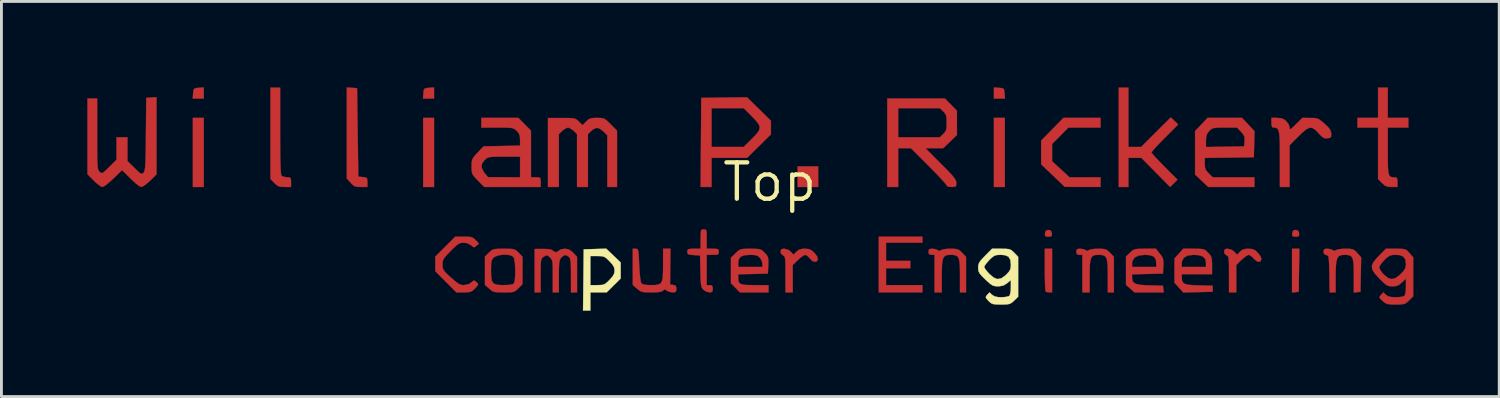
<source format=kicad_pcb>
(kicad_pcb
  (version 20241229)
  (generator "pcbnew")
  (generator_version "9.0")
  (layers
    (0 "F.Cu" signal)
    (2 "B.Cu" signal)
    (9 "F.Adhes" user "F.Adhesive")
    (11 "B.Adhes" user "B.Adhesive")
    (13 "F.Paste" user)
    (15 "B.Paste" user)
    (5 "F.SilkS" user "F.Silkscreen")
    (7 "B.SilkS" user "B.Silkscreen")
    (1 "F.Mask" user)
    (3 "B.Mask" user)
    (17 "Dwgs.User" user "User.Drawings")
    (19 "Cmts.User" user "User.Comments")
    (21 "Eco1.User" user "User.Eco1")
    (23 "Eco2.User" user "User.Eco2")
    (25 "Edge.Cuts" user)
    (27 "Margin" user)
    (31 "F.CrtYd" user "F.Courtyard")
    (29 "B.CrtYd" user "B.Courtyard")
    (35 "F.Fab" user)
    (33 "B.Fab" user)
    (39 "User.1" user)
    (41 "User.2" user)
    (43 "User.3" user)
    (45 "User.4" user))
  (footprint "Top"
    (layer "F.Cu")
    (at 23.839 3.312)
    (property "Reference" "Top" (at 0 0 0) (layer "F.SilkS") (effects (font (size 1.27 1.27) (thickness 0.15))))
    (attr through_hole)
    (fp_poly (pts (xy -19.77 0.169) (xy -20.151 0.169) (xy -20.151 -2.244) (xy -19.77 -2.244) (xy -19.77 0.169)) (stroke (width 0.01) (type solid)) (fill yes) (layer "F.Cu"))
    (fp_poly (pts (xy -11.726 0.169) (xy -12.107 0.169) (xy -12.107 -2.244) (xy -11.726 -2.244) (xy -11.726 0.169)) (stroke (width 0.01) (type solid)) (fill yes) (layer "F.Cu"))
    (fp_poly (pts (xy 1.693 0.169) (xy 0.974 0.169) (xy 0.974 -0.55) (xy 1.693 -0.55) (xy 1.693 0.169)) (stroke (width 0.01) (type solid)) (fill yes) (layer "F.Cu"))
    (fp_poly (pts (xy 8.213 0.169) (xy 7.832 0.169) (xy 7.832 -2.244) (xy 8.213 -2.244) (xy 8.213 0.169)) (stroke (width 0.01) (type solid)) (fill yes) (layer "F.Cu"))
    (fp_poly (pts (xy 18.49 3.08) (xy 18.479 3.831) (xy 18.362 3.845) (xy 18.246 3.858) (xy 18.246 2.328) (xy 18.502 2.328) (xy 18.49 3.08)) (stroke (width 0.01) (type solid)) (fill yes) (layer "F.Cu"))
    (fp_poly (pts (xy -19.77 -2.921) (xy -20.156 -2.921) (xy -20.143 -3.101) (xy -20.13 -3.214) (xy -20.098 -3.268) (xy -20.021 -3.288) (xy -19.95 -3.294) (xy -19.77 -3.307) (xy -19.77 -2.921)) (stroke (width 0.01) (type solid)) (fill yes) (layer "F.Cu"))
    (fp_poly (pts (xy -11.726 -2.921) (xy -12.112 -2.921) (xy -12.099 -3.101) (xy -12.087 -3.214) (xy -12.055 -3.268) (xy -11.978 -3.288) (xy -11.906 -3.294) (xy -11.726 -3.307) (xy -11.726 -2.921)) (stroke (width 0.01) (type solid)) (fill yes) (layer "F.Cu"))
    (fp_poly (pts (xy 8.012 -3.294) (xy 8.125 -3.282) (xy 8.178 -3.25) (xy 8.199 -3.173) (xy 8.205 -3.101) (xy 8.218 -2.921) (xy 7.832 -2.921) (xy 7.832 -3.307) (xy 8.012 -3.294)) (stroke (width 0.01) (type solid)) (fill yes) (layer "F.Cu"))
    (fp_poly (pts (xy 9.864 3.852) (xy 9.765 3.852) (xy 9.676 3.841) (xy 9.638 3.824) (xy 9.629 3.774) (xy 9.621 3.655) (xy 9.615 3.479) (xy 9.611 3.261) (xy 9.61 3.062) (xy 9.61 2.328) (xy 9.864 2.328) (xy 9.864 3.852)) (stroke (width 0.01) (type solid)) (fill yes) (layer "F.Cu"))
    (fp_poly (pts (xy 5.334 2.117) (xy 4.064 2.117) (xy 4.064 2.752) (xy 4.911 2.752) (xy 4.911 3.006) (xy 4.064 3.006) (xy 4.064 3.598) (xy 5.334 3.598) (xy 5.334 3.852) (xy 3.81 3.852) (xy 3.81 1.905) (xy 5.334 1.905) (xy 5.334 2.117)) (stroke (width 0.01) (type solid)) (fill yes) (layer "F.Cu"))
    (fp_poly (pts (xy 9.818 1.691) (xy 9.852 1.763) (xy 9.856 1.789) (xy 9.856 1.87) (xy 9.814 1.901) (xy 9.737 1.905) (xy 9.645 1.897) (xy 9.615 1.856) (xy 9.617 1.789) (xy 9.644 1.701) (xy 9.713 1.673) (xy 9.737 1.672) (xy 9.818 1.691)) (stroke (width 0.01) (type solid)) (fill yes) (layer "F.Cu"))
    (fp_poly (pts (xy 18.454 1.691) (xy 18.488 1.763) (xy 18.492 1.789) (xy 18.492 1.87) (xy 18.45 1.901) (xy 18.373 1.905) (xy 18.281 1.897) (xy 18.251 1.856) (xy 18.253 1.789) (xy 18.28 1.701) (xy 18.349 1.673) (xy 18.373 1.672) (xy 18.454 1.691)) (stroke (width 0.01) (type solid)) (fill yes) (layer "F.Cu"))
    (fp_poly (pts (xy -14.594 -3.294) (xy -14.415 -3.281) (xy -14.372 -0.191) (xy -14.213 -0.177) (xy -14.111 -0.164) (xy -14.066 -0.127) (xy -14.055 -0.042) (xy -14.055 0.003) (xy -14.055 0.169) (xy -14.283 0.169) (xy -14.423 0.164) (xy -14.514 0.137) (xy -14.593 0.075) (xy -14.643 0.02) (xy -14.774 -0.13) (xy -14.774 -3.307) (xy -14.594 -3.294)) (stroke (width 0.01) (type solid)) (fill yes) (layer "F.Cu"))
    (fp_poly (pts (xy 11.557 -1.905) (xy 10.433 -1.905) (xy 10.148 -1.618) (xy 9.864 -1.331) (xy 9.864 -0.727) (xy 10.169 -0.448) (xy 10.474 -0.169) (xy 11.557 -0.169) (xy 11.557 0.169) (xy 10.933 0.168) (xy 10.308 0.166) (xy 9.483 -0.621) (xy 9.483 -1.451) (xy 9.871 -1.847) (xy 10.26 -2.244) (xy 11.557 -2.244) (xy 11.557 -1.905)) (stroke (width 0.01) (type solid)) (fill yes) (layer "F.Cu"))
    (fp_poly (pts (xy -17.103 -1.786) (xy -17.102 -1.355) (xy -17.099 -1.003) (xy -17.095 -0.723) (xy -17.088 -0.512) (xy -17.079 -0.361) (xy -17.068 -0.267) (xy -17.054 -0.222) (xy -17.052 -0.22) (xy -16.976 -0.185) (xy -16.864 -0.169) (xy -16.861 -0.169) (xy -16.772 -0.164) (xy -16.732 -0.13) (xy -16.722 -0.045) (xy -16.722 0) (xy -16.722 0.169) (xy -16.946 0.169) (xy -17.089 0.163) (xy -17.185 0.132) (xy -17.272 0.064) (xy -17.306 0.03) (xy -17.441 -0.11) (xy -17.441 -3.302) (xy -17.103 -3.302) (xy -17.103 -1.786)) (stroke (width 0.01) (type solid)) (fill yes) (layer "F.Cu"))
    (fp_poly (pts (xy -0.376 -2.554) (xy 0.042 -2.143) (xy 0.042 -1.667) (xy -0.375 -1.257) (xy -0.792 -0.847) (xy -2.032 -0.847) (xy -2.032 0.169) (xy -2.414 0.169) (xy -2.394 -2.582) (xy -2.032 -2.582) (xy -2.032 -1.228) (xy -0.912 -1.228) (xy -0.625 -1.512) (xy -0.469 -1.674) (xy -0.376 -1.799) (xy -0.347 -1.907) (xy -0.38 -2.015) (xy -0.477 -2.143) (xy -0.623 -2.296) (xy -0.908 -2.582) (xy -2.032 -2.582) (xy -2.394 -2.582) (xy -2.392 -2.942) (xy -1.593 -2.954) (xy -0.794 -2.965) (xy -0.376 -2.554)) (stroke (width 0.01) (type solid)) (fill yes) (layer "F.Cu"))
    (fp_poly (pts (xy 12.531 -1.228) (xy 12.974 -1.228) (xy 13.492 -1.745) (xy 14.01 -2.261) (xy 14.139 -2.138) (xy 14.268 -2.014) (xy 13.802 -1.546) (xy 13.642 -1.383) (xy 13.505 -1.239) (xy 13.403 -1.126) (xy 13.344 -1.055) (xy 13.335 -1.037) (xy 13.363 -0.994) (xy 13.442 -0.904) (xy 13.56 -0.776) (xy 13.707 -0.624) (xy 13.789 -0.54) (xy 14.244 -0.085) (xy 14.116 0.043) (xy 13.988 0.171) (xy 13.486 -0.338) (xy 12.983 -0.847) (xy 12.531 -0.847) (xy 12.531 0.169) (xy 12.192 0.169) (xy 12.192 -3.302) (xy 12.531 -3.302) (xy 12.531 -1.228)) (stroke (width 0.01) (type solid)) (fill yes) (layer "F.Cu"))
    (fp_poly (pts (xy 21.59 -2.244) (xy 22.31 -2.244) (xy 22.31 -1.905) (xy 21.59 -1.905) (xy 21.59 -1.088) (xy 21.591 -0.787) (xy 21.595 -0.56) (xy 21.605 -0.396) (xy 21.624 -0.286) (xy 21.654 -0.219) (xy 21.697 -0.184) (xy 21.756 -0.171) (xy 21.81 -0.169) (xy 21.886 -0.162) (xy 21.92 -0.123) (xy 21.929 -0.029) (xy 21.929 0) (xy 21.929 0.169) (xy 21.725 0.169) (xy 21.586 0.16) (xy 21.488 0.12) (xy 21.388 0.031) (xy 21.387 0.03) (xy 21.251 -0.11) (xy 21.251 -1.905) (xy 20.532 -1.905) (xy 20.532 -2.244) (xy 21.251 -2.244) (xy 21.251 -3.302) (xy 21.59 -3.302) (xy 21.59 -2.244)) (stroke (width 0.01) (type solid)) (fill yes) (layer "F.Cu"))
    (fp_poly (pts (xy 1.363 2.339) (xy 1.462 2.382) (xy 1.562 2.472) (xy 1.655 2.594) (xy 1.683 2.695) (xy 1.646 2.764) (xy 1.586 2.785) (xy 1.492 2.757) (xy 1.405 2.669) (xy 1.325 2.584) (xy 1.25 2.541) (xy 1.239 2.54) (xy 1.172 2.568) (xy 1.072 2.641) (xy 0.986 2.718) (xy 0.804 2.896) (xy 0.804 3.852) (xy 0.55 3.852) (xy 0.55 3.22) (xy 0.55 2.976) (xy 0.547 2.803) (xy 0.539 2.689) (xy 0.526 2.62) (xy 0.506 2.583) (xy 0.476 2.565) (xy 0.466 2.561) (xy 0.395 2.499) (xy 0.381 2.431) (xy 0.395 2.358) (xy 0.454 2.331) (xy 0.51 2.328) (xy 0.656 2.369) (xy 0.736 2.433) (xy 0.834 2.538) (xy 0.932 2.433) (xy 1.022 2.362) (xy 1.136 2.332) (xy 1.227 2.328) (xy 1.363 2.339)) (stroke (width 0.01) (type solid)) (fill yes) (layer "F.Cu"))
    (fp_poly (pts (xy 16.857 2.339) (xy 16.956 2.382) (xy 17.056 2.472) (xy 17.148 2.593) (xy 17.177 2.695) (xy 17.143 2.765) (xy 17.091 2.786) (xy 17.016 2.764) (xy 16.925 2.689) (xy 16.908 2.67) (xy 16.822 2.587) (xy 16.745 2.542) (xy 16.73 2.54) (xy 16.665 2.568) (xy 16.566 2.641) (xy 16.48 2.718) (xy 16.298 2.896) (xy 16.298 3.852) (xy 16.044 3.852) (xy 16.044 3.22) (xy 16.044 2.976) (xy 16.041 2.803) (xy 16.033 2.689) (xy 16.02 2.62) (xy 16 2.583) (xy 15.97 2.565) (xy 15.96 2.561) (xy 15.889 2.499) (xy 15.875 2.431) (xy 15.889 2.358) (xy 15.948 2.331) (xy 16.004 2.328) (xy 16.15 2.369) (xy 16.23 2.433) (xy 16.328 2.538) (xy 16.426 2.433) (xy 16.516 2.362) (xy 16.63 2.332) (xy 16.721 2.328) (xy 16.857 2.339)) (stroke (width 0.01) (type solid)) (fill yes) (layer "F.Cu"))
    (fp_poly (pts (xy 6.463 2.332) (xy 6.563 2.348) (xy 6.638 2.389) (xy 6.717 2.462) (xy 6.723 2.468) (xy 6.858 2.608) (xy 6.858 3.852) (xy 6.646 3.852) (xy 6.646 3.266) (xy 6.644 3.002) (xy 6.633 2.811) (xy 6.608 2.681) (xy 6.564 2.6) (xy 6.496 2.558) (xy 6.399 2.542) (xy 6.321 2.54) (xy 6.209 2.546) (xy 6.127 2.573) (xy 6.072 2.631) (xy 6.037 2.732) (xy 6.019 2.889) (xy 6.012 3.112) (xy 6.011 3.274) (xy 6.011 3.852) (xy 5.757 3.852) (xy 5.757 2.54) (xy 5.652 2.54) (xy 5.571 2.523) (xy 5.546 2.454) (xy 5.546 2.434) (xy 5.558 2.361) (xy 5.611 2.332) (xy 5.685 2.328) (xy 5.798 2.343) (xy 5.875 2.378) (xy 5.876 2.379) (xy 5.933 2.408) (xy 5.977 2.379) (xy 6.047 2.351) (xy 6.176 2.333) (xy 6.308 2.328) (xy 6.463 2.332)) (stroke (width 0.01) (type solid)) (fill yes) (layer "F.Cu"))
    (fp_poly (pts (xy 11.628 2.332) (xy 11.728 2.348) (xy 11.803 2.389) (xy 11.882 2.462) (xy 11.887 2.468) (xy 12.023 2.608) (xy 12.023 3.852) (xy 11.811 3.852) (xy 11.811 3.266) (xy 11.808 3.002) (xy 11.797 2.811) (xy 11.773 2.681) (xy 11.729 2.6) (xy 11.661 2.558) (xy 11.563 2.542) (xy 11.486 2.54) (xy 11.374 2.546) (xy 11.292 2.573) (xy 11.236 2.631) (xy 11.202 2.732) (xy 11.184 2.889) (xy 11.177 3.112) (xy 11.176 3.274) (xy 11.176 3.852) (xy 10.922 3.852) (xy 10.922 2.54) (xy 10.816 2.54) (xy 10.736 2.523) (xy 10.711 2.454) (xy 10.71 2.434) (xy 10.722 2.361) (xy 10.775 2.332) (xy 10.85 2.328) (xy 10.962 2.343) (xy 11.039 2.378) (xy 11.041 2.379) (xy 11.098 2.408) (xy 11.142 2.379) (xy 11.212 2.351) (xy 11.341 2.333) (xy 11.472 2.328) (xy 11.628 2.332)) (stroke (width 0.01) (type solid)) (fill yes) (layer "F.Cu"))
    (fp_poly (pts (xy 16.717 -2.012) (xy 16.936 -1.78) (xy 16.924 -1.324) (xy 16.912 -0.868) (xy 15.198 -0.845) (xy 15.198 -0.642) (xy 15.207 -0.503) (xy 15.248 -0.405) (xy 15.337 -0.305) (xy 15.477 -0.169) (xy 16.933 -0.169) (xy 16.933 0.169) (xy 15.32 0.169) (xy 15.089 -0.048) (xy 14.859 -0.266) (xy 14.859 -1.447) (xy 15.24 -1.447) (xy 15.24 -1.226) (xy 15.907 -1.237) (xy 16.573 -1.249) (xy 16.587 -1.435) (xy 16.587 -1.562) (xy 16.552 -1.655) (xy 16.468 -1.756) (xy 16.462 -1.763) (xy 16.324 -1.905) (xy 15.896 -1.905) (xy 15.7 -1.904) (xy 15.57 -1.898) (xy 15.485 -1.882) (xy 15.425 -1.852) (xy 15.371 -1.805) (xy 15.354 -1.786) (xy 15.282 -1.694) (xy 15.248 -1.591) (xy 15.24 -1.447) (xy 14.859 -1.447) (xy 14.859 -1.783) (xy 15.077 -2.013) (xy 15.295 -2.244) (xy 16.498 -2.244) (xy 16.717 -2.012)) (stroke (width 0.01) (type solid)) (fill yes) (layer "F.Cu"))
    (fp_poly (pts (xy -5.899 -2.241) (xy -5.806 -2.225) (xy -5.728 -2.183) (xy -5.636 -2.101) (xy -5.555 -2.02) (xy -5.334 -1.797) (xy -5.334 0.169) (xy -5.673 0.169) (xy -5.673 -1.634) (xy -5.812 -1.77) (xy -5.941 -1.871) (xy -6.052 -1.897) (xy -6.163 -1.849) (xy -6.231 -1.791) (xy -6.35 -1.677) (xy -6.35 0.169) (xy -6.731 0.169) (xy -6.731 -1.677) (xy -6.85 -1.791) (xy -6.947 -1.866) (xy -7.035 -1.904) (xy -7.048 -1.905) (xy -7.13 -1.877) (xy -7.229 -1.808) (xy -7.247 -1.791) (xy -7.366 -1.677) (xy -7.366 0.169) (xy -7.747 0.169) (xy -7.747 -2.239) (xy -7.272 -2.24) (xy -7.065 -2.24) (xy -6.924 -2.236) (xy -6.831 -2.223) (xy -6.766 -2.198) (xy -6.711 -2.158) (xy -6.666 -2.115) (xy -6.536 -1.989) (xy -6.414 -2.116) (xy -6.335 -2.189) (xy -6.257 -2.227) (xy -6.146 -2.242) (xy -6.034 -2.244) (xy -5.899 -2.241)) (stroke (width 0.01) (type solid)) (fill yes) (layer "F.Cu"))
    (fp_poly (pts (xy 13.626 2.498) (xy 13.702 2.6) (xy 13.741 2.688) (xy 13.753 2.796) (xy 13.75 2.932) (xy 13.737 3.196) (xy 12.658 3.22) (xy 12.658 3.339) (xy 12.67 3.44) (xy 12.714 3.511) (xy 12.803 3.559) (xy 12.947 3.588) (xy 13.159 3.604) (xy 13.273 3.607) (xy 13.737 3.619) (xy 13.751 3.736) (xy 13.764 3.852) (xy 12.745 3.852) (xy 12.596 3.721) (xy 12.446 3.59) (xy 12.446 2.844) (xy 12.658 2.844) (xy 12.658 2.963) (xy 13.504 2.963) (xy 13.504 2.829) (xy 13.482 2.688) (xy 13.41 2.598) (xy 13.277 2.551) (xy 13.109 2.54) (xy 12.893 2.564) (xy 12.747 2.635) (xy 12.67 2.753) (xy 12.658 2.844) (xy 12.446 2.844) (xy 12.446 2.599) (xy 12.586 2.464) (xy 12.656 2.399) (xy 12.719 2.36) (xy 12.799 2.338) (xy 12.918 2.33) (xy 13.097 2.328) (xy 13.108 2.328) (xy 13.49 2.328) (xy 13.626 2.498)) (stroke (width 0.01) (type solid)) (fill yes) (layer "F.Cu"))
    (fp_poly (pts (xy 14.992 2.33) (xy 15.109 2.338) (xy 15.186 2.36) (xy 15.249 2.402) (xy 15.316 2.468) (xy 15.387 2.547) (xy 15.428 2.621) (xy 15.446 2.716) (xy 15.452 2.861) (xy 15.452 2.912) (xy 15.452 3.217) (xy 14.393 3.217) (xy 14.395 3.334) (xy 14.404 3.437) (xy 14.437 3.51) (xy 14.506 3.557) (xy 14.625 3.586) (xy 14.807 3.601) (xy 14.99 3.607) (xy 15.473 3.619) (xy 15.473 3.831) (xy 14.96 3.843) (xy 14.448 3.855) (xy 14.294 3.684) (xy 14.139 3.513) (xy 14.139 2.844) (xy 14.393 2.844) (xy 14.393 2.963) (xy 15.24 2.963) (xy 15.24 2.818) (xy 15.214 2.685) (xy 15.13 2.597) (xy 14.982 2.551) (xy 14.809 2.54) (xy 14.605 2.564) (xy 14.47 2.638) (xy 14.402 2.761) (xy 14.393 2.844) (xy 14.139 2.844) (xy 14.139 2.667) (xy 14.292 2.498) (xy 14.446 2.328) (xy 14.813 2.328) (xy 14.992 2.33)) (stroke (width 0.01) (type solid)) (fill yes) (layer "F.Cu"))
    (fp_poly (pts (xy 6.54 -2.494) (xy 6.54 -1.646) (xy 6.061 -1.185) (xy 5.441 -1.185) (xy 5.98 -0.645) (xy 6.176 -0.447) (xy 6.319 -0.298) (xy 6.416 -0.186) (xy 6.477 -0.103) (xy 6.508 -0.038) (xy 6.519 0.019) (xy 6.519 0.032) (xy 6.513 0.12) (xy 6.48 0.159) (xy 6.393 0.169) (xy 6.35 0.169) (xy 6.229 0.157) (xy 6.181 0.121) (xy 6.181 0.116) (xy 6.152 0.071) (xy 6.072 -0.023) (xy 5.949 -0.157) (xy 5.792 -0.322) (xy 5.61 -0.507) (xy 5.556 -0.561) (xy 4.931 -1.185) (xy 4.487 -1.185) (xy 4.487 0.169) (xy 4.106 0.169) (xy 4.106 -2.582) (xy 4.487 -2.582) (xy 4.487 -1.566) (xy 5.943 -1.566) (xy 6.062 -1.68) (xy 6.127 -1.751) (xy 6.163 -1.826) (xy 6.178 -1.932) (xy 6.181 -2.074) (xy 6.177 -2.232) (xy 6.16 -2.333) (xy 6.121 -2.405) (xy 6.062 -2.469) (xy 5.943 -2.582) (xy 4.487 -2.582) (xy 4.106 -2.582) (xy 4.106 -2.921) (xy 6.12 -2.921) (xy 6.54 -2.494)) (stroke (width 0.01) (type solid)) (fill yes) (layer "F.Cu"))
    (fp_poly (pts (xy -0.497 2.33) (xy -0.382 2.339) (xy -0.304 2.361) (xy -0.242 2.405) (xy -0.176 2.47) (xy -0.103 2.55) (xy -0.063 2.621) (xy -0.048 2.711) (xy -0.049 2.848) (xy -0.051 2.904) (xy -0.064 3.196) (xy -0.582 3.208) (xy -1.101 3.22) (xy -1.101 3.358) (xy -1.094 3.455) (xy -1.065 3.521) (xy -1.002 3.563) (xy -0.89 3.587) (xy -0.718 3.597) (xy -0.521 3.598) (xy -0.042 3.598) (xy -0.042 3.852) (xy -1.041 3.852) (xy -1.355 3.531) (xy -1.355 2.822) (xy -1.101 2.822) (xy -1.101 2.963) (xy -0.254 2.963) (xy -0.254 2.85) (xy -0.283 2.737) (xy -0.346 2.638) (xy -0.416 2.58) (xy -0.504 2.551) (xy -0.64 2.54) (xy -0.692 2.54) (xy -0.889 2.556) (xy -1.017 2.607) (xy -1.084 2.701) (xy -1.101 2.822) (xy -1.355 2.822) (xy -1.355 2.642) (xy -1.194 2.485) (xy -1.113 2.409) (xy -1.046 2.363) (xy -0.967 2.339) (xy -0.852 2.33) (xy -0.678 2.328) (xy -0.673 2.328) (xy -0.497 2.33)) (stroke (width 0.01) (type solid)) (fill yes) (layer "F.Cu"))
    (fp_poly (pts (xy 20.267 2.331) (xy 20.365 2.346) (xy 20.435 2.384) (xy 20.507 2.455) (xy 20.528 2.479) (xy 20.661 2.63) (xy 20.649 3.231) (xy 20.637 3.831) (xy 20.521 3.845) (xy 20.405 3.858) (xy 20.405 3.269) (xy 20.402 3.004) (xy 20.391 2.812) (xy 20.367 2.682) (xy 20.323 2.601) (xy 20.255 2.558) (xy 20.158 2.542) (xy 20.078 2.54) (xy 19.967 2.549) (xy 19.886 2.582) (xy 19.831 2.652) (xy 19.796 2.768) (xy 19.777 2.943) (xy 19.77 3.186) (xy 19.77 3.301) (xy 19.77 3.852) (xy 19.56 3.852) (xy 19.549 3.207) (xy 19.544 2.961) (xy 19.538 2.786) (xy 19.529 2.671) (xy 19.516 2.602) (xy 19.495 2.567) (xy 19.466 2.552) (xy 19.442 2.548) (xy 19.365 2.51) (xy 19.346 2.431) (xy 19.359 2.36) (xy 19.413 2.332) (xy 19.486 2.328) (xy 19.598 2.343) (xy 19.675 2.378) (xy 19.677 2.379) (xy 19.734 2.408) (xy 19.778 2.379) (xy 19.848 2.351) (xy 19.978 2.333) (xy 20.112 2.328) (xy 20.267 2.331)) (stroke (width 0.01) (type solid)) (fill yes) (layer "F.Cu"))
    (fp_poly (pts (xy -2.255 1.655) (xy -2.223 1.677) (xy -2.207 1.735) (xy -2.202 1.847) (xy -2.201 1.99) (xy -2.201 2.328) (xy -1.99 2.328) (xy -1.864 2.332) (xy -1.801 2.349) (xy -1.78 2.392) (xy -1.778 2.434) (xy -1.785 2.497) (xy -1.82 2.528) (xy -1.905 2.539) (xy -1.99 2.54) (xy -2.201 2.54) (xy -2.201 3.598) (xy -2.095 3.598) (xy -2.02 3.612) (xy -1.992 3.67) (xy -1.99 3.725) (xy -2 3.815) (xy -2.049 3.849) (xy -2.109 3.852) (xy -2.235 3.818) (xy -2.32 3.756) (xy -2.357 3.708) (xy -2.384 3.648) (xy -2.401 3.561) (xy -2.412 3.429) (xy -2.419 3.237) (xy -2.422 3.11) (xy -2.434 2.561) (xy -2.656 2.548) (xy -2.786 2.537) (xy -2.852 2.516) (xy -2.876 2.474) (xy -2.879 2.432) (xy -2.872 2.373) (xy -2.839 2.342) (xy -2.759 2.33) (xy -2.646 2.328) (xy -2.413 2.328) (xy -2.413 1.99) (xy -2.412 1.822) (xy -2.405 1.721) (xy -2.387 1.671) (xy -2.352 1.653) (xy -2.307 1.651) (xy -2.255 1.655)) (stroke (width 0.01) (type solid)) (fill yes) (layer "F.Cu"))
    (fp_poly (pts (xy -4.645 2.331) (xy -4.616 2.348) (xy -4.597 2.393) (xy -4.583 2.478) (xy -4.573 2.618) (xy -4.563 2.825) (xy -4.559 2.904) (xy -4.545 3.139) (xy -4.527 3.332) (xy -4.506 3.47) (xy -4.484 3.538) (xy -4.484 3.539) (xy -4.406 3.578) (xy -4.251 3.596) (xy -4.15 3.598) (xy -3.995 3.595) (xy -3.883 3.577) (xy -3.807 3.533) (xy -3.761 3.451) (xy -3.736 3.318) (xy -3.727 3.124) (xy -3.725 2.886) (xy -3.725 2.328) (xy -3.467 2.328) (xy -3.474 2.953) (xy -3.481 3.577) (xy -3.37 3.591) (xy -3.29 3.616) (xy -3.261 3.684) (xy -3.26 3.728) (xy -3.27 3.815) (xy -3.317 3.848) (xy -3.394 3.852) (xy -3.513 3.832) (xy -3.6 3.788) (xy -3.66 3.745) (xy -3.706 3.766) (xy -3.724 3.788) (xy -3.778 3.822) (xy -3.879 3.843) (xy -4.043 3.852) (xy -4.131 3.852) (xy -4.308 3.85) (xy -4.425 3.84) (xy -4.507 3.815) (xy -4.579 3.768) (xy -4.634 3.721) (xy -4.784 3.59) (xy -4.784 2.328) (xy -4.684 2.328) (xy -4.645 2.331)) (stroke (width 0.01) (type solid)) (fill yes) (layer "F.Cu"))
    (fp_poly (pts (xy -10.524 1.908) (xy -10.42 1.923) (xy -10.348 1.957) (xy -10.28 2.018) (xy -10.273 2.025) (xy -10.158 2.144) (xy -10.244 2.222) (xy -10.308 2.272) (xy -10.357 2.268) (xy -10.428 2.208) (xy -10.566 2.132) (xy -10.693 2.117) (xy -10.778 2.123) (xy -10.853 2.148) (xy -10.935 2.204) (xy -11.044 2.303) (xy -11.145 2.403) (xy -11.279 2.541) (xy -11.362 2.638) (xy -11.408 2.716) (xy -11.426 2.792) (xy -11.43 2.88) (xy -11.426 2.972) (xy -11.406 3.045) (xy -11.359 3.118) (xy -11.273 3.208) (xy -11.136 3.334) (xy -10.989 3.463) (xy -10.882 3.542) (xy -10.796 3.583) (xy -10.712 3.598) (xy -10.684 3.598) (xy -10.512 3.563) (xy -10.428 3.507) (xy -10.356 3.447) (xy -10.308 3.443) (xy -10.244 3.493) (xy -10.194 3.543) (xy -10.188 3.585) (xy -10.23 3.644) (xy -10.294 3.712) (xy -10.379 3.791) (xy -10.458 3.833) (xy -10.564 3.85) (xy -10.688 3.852) (xy -10.945 3.852) (xy -11.684 3.11) (xy -11.684 2.602) (xy -11.334 2.253) (xy -10.984 1.905) (xy -10.686 1.905) (xy -10.524 1.908)) (stroke (width 0.01) (type solid)) (fill yes) (layer "F.Cu"))
    (fp_poly (pts (xy 17.873 -2.231) (xy 17.98 -2.183) (xy 18.042 -2.13) (xy 18.126 -2.02) (xy 18.161 -1.913) (xy 18.161 -1.909) (xy 18.165 -1.859) (xy 18.186 -1.848) (xy 18.236 -1.881) (xy 18.328 -1.967) (xy 18.385 -2.023) (xy 18.608 -2.244) (xy 18.882 -2.242) (xy 19.029 -2.239) (xy 19.13 -2.221) (xy 19.218 -2.176) (xy 19.322 -2.093) (xy 19.381 -2.041) (xy 19.507 -1.922) (xy 19.578 -1.83) (xy 19.609 -1.743) (xy 19.614 -1.693) (xy 19.612 -1.593) (xy 19.576 -1.549) (xy 19.484 -1.532) (xy 19.481 -1.532) (xy 19.393 -1.533) (xy 19.318 -1.566) (xy 19.231 -1.645) (xy 19.171 -1.712) (xy 19.056 -1.83) (xy 18.956 -1.893) (xy 18.858 -1.9) (xy 18.746 -1.847) (xy 18.607 -1.733) (xy 18.467 -1.597) (xy 18.161 -1.289) (xy 18.161 0.169) (xy 17.822 0.169) (xy 17.822 -0.801) (xy 17.821 -1.136) (xy 17.818 -1.395) (xy 17.809 -1.589) (xy 17.793 -1.726) (xy 17.769 -1.817) (xy 17.735 -1.871) (xy 17.688 -1.897) (xy 17.628 -1.905) (xy 17.608 -1.905) (xy 17.554 -1.92) (xy 17.53 -1.981) (xy 17.526 -2.074) (xy 17.526 -2.244) (xy 17.725 -2.244) (xy 17.873 -2.231)) (stroke (width 0.01) (type solid)) (fill yes) (layer "F.Cu"))
    (fp_poly (pts (xy -8.34 -1.797) (xy -8.34 -0.169) (xy -8.17 -0.169) (xy -8.062 -0.165) (xy -8.014 -0.137) (xy -8.001 -0.059) (xy -8.001 0) (xy -8.001 0.169) (xy -9.972 0.169) (xy -10.193 -0.054) (xy -10.306 -0.171) (xy -10.372 -0.257) (xy -10.403 -0.339) (xy -10.413 -0.445) (xy -10.414 -0.512) (xy -10.065 -0.512) (xy -9.997 -0.366) (xy -9.959 -0.316) (xy -9.842 -0.175) (xy -9.282 -0.172) (xy -8.721 -0.169) (xy -8.721 -0.889) (xy -9.279 -0.889) (xy -9.507 -0.888) (xy -9.666 -0.885) (xy -9.773 -0.875) (xy -9.845 -0.857) (xy -9.897 -0.828) (xy -9.947 -0.784) (xy -9.957 -0.775) (xy -10.052 -0.646) (xy -10.065 -0.512) (xy -10.414 -0.512) (xy -10.414 -0.544) (xy -10.411 -0.686) (xy -10.395 -0.783) (xy -10.351 -0.866) (xy -10.268 -0.963) (xy -10.205 -1.03) (xy -9.996 -1.249) (xy -9.358 -1.262) (xy -8.721 -1.276) (xy -8.721 -1.477) (xy -8.731 -1.619) (xy -8.774 -1.717) (xy -8.839 -1.791) (xy -8.891 -1.837) (xy -8.942 -1.869) (xy -9.009 -1.889) (xy -9.11 -1.9) (xy -9.259 -1.904) (xy -9.474 -1.905) (xy -9.517 -1.905) (xy -10.075 -1.905) (xy -10.075 -2.244) (xy -8.781 -2.244) (xy -8.34 -1.797)) (stroke (width 0.01) (type solid)) (fill yes) (layer "F.Cu"))
    (fp_poly (pts (xy -7.032 2.347) (xy -6.923 2.414) (xy -6.866 2.468) (xy -6.731 2.608) (xy -6.731 3.852) (xy -6.943 3.852) (xy -6.943 3.266) (xy -6.944 3.028) (xy -6.949 2.86) (xy -6.959 2.747) (xy -6.976 2.675) (xy -7.002 2.629) (xy -7.02 2.61) (xy -7.113 2.549) (xy -7.196 2.56) (xy -7.28 2.633) (xy -7.315 2.678) (xy -7.339 2.736) (xy -7.354 2.821) (xy -7.362 2.949) (xy -7.366 3.137) (xy -7.366 3.289) (xy -7.366 3.852) (xy -7.578 3.852) (xy -7.578 3.288) (xy -7.578 3.059) (xy -7.582 2.899) (xy -7.592 2.791) (xy -7.609 2.721) (xy -7.637 2.673) (xy -7.678 2.63) (xy -7.679 2.628) (xy -7.754 2.566) (xy -7.811 2.56) (xy -7.89 2.604) (xy -7.891 2.605) (xy -7.935 2.636) (xy -7.965 2.671) (xy -7.984 2.726) (xy -7.995 2.815) (xy -8 2.953) (xy -8.001 3.154) (xy -8.001 3.265) (xy -8.001 3.852) (xy -8.213 3.852) (xy -8.213 2.336) (xy -7.921 2.333) (xy -7.738 2.339) (xy -7.625 2.361) (xy -7.577 2.393) (xy -7.489 2.451) (xy -7.4 2.425) (xy -7.366 2.392) (xy -7.29 2.349) (xy -7.172 2.329) (xy -7.157 2.328) (xy -7.032 2.347)) (stroke (width 0.01) (type solid)) (fill yes) (layer "F.Cu"))
    (fp_poly (pts (xy -9.106 2.33) (xy -8.986 2.337) (xy -8.907 2.357) (xy -8.845 2.396) (xy -8.78 2.459) (xy -8.771 2.468) (xy -8.636 2.608) (xy -8.636 3.564) (xy -8.78 3.708) (xy -8.853 3.778) (xy -8.918 3.821) (xy -8.998 3.843) (xy -9.116 3.851) (xy -9.286 3.852) (xy -9.465 3.85) (xy -9.584 3.841) (xy -9.667 3.817) (xy -9.737 3.773) (xy -9.799 3.721) (xy -9.948 3.59) (xy -9.948 3.084) (xy -9.737 3.084) (xy -9.731 3.3) (xy -9.708 3.446) (xy -9.653 3.534) (xy -9.557 3.58) (xy -9.406 3.597) (xy -9.294 3.598) (xy -9.122 3.591) (xy -8.996 3.572) (xy -8.941 3.548) (xy -8.915 3.478) (xy -8.898 3.349) (xy -8.89 3.182) (xy -8.892 3.002) (xy -8.902 2.831) (xy -8.921 2.695) (xy -8.948 2.615) (xy -8.949 2.614) (xy -9.034 2.562) (xy -9.171 2.536) (xy -9.332 2.536) (xy -9.487 2.561) (xy -9.609 2.61) (xy -9.639 2.632) (xy -9.687 2.686) (xy -9.717 2.752) (xy -9.731 2.85) (xy -9.736 3.003) (xy -9.737 3.084) (xy -9.948 3.084) (xy -9.948 2.599) (xy -9.809 2.464) (xy -9.738 2.399) (xy -9.675 2.36) (xy -9.595 2.338) (xy -9.476 2.33) (xy -9.296 2.328) (xy -9.288 2.328) (xy -9.106 2.33)) (stroke (width 0.01) (type solid)) (fill yes) (layer "F.Cu"))
    (fp_poly (pts (xy -21.421 -0.272) (xy -21.644 -0.051) (xy -21.765 0.057) (xy -21.873 0.135) (xy -21.948 0.169) (xy -21.952 0.169) (xy -22.02 0.14) (xy -22.128 0.059) (xy -22.263 -0.06) (xy -22.33 -0.126) (xy -22.623 -0.421) (xy -22.927 -0.126) (xy -23.065 -0.000413) (xy -23.187 0.099) (xy -23.279 0.158) (xy -23.312 0.169) (xy -23.38 0.141) (xy -23.483 0.065) (xy -23.601 -0.042) (xy -23.613 -0.054) (xy -23.834 -0.278) (xy -23.834 -2.921) (xy -23.495 -2.921) (xy -23.495 -1.679) (xy -23.495 -1.321) (xy -23.494 -1.039) (xy -23.491 -0.822) (xy -23.486 -0.662) (xy -23.479 -0.547) (xy -23.468 -0.469) (xy -23.453 -0.418) (xy -23.434 -0.384) (xy -23.409 -0.359) (xy -23.409 -0.359) (xy -23.364 -0.323) (xy -23.323 -0.315) (xy -23.27 -0.344) (xy -23.187 -0.416) (xy -23.07 -0.531) (xy -22.818 -0.781) (xy -22.818 -1.566) (xy -22.437 -1.566) (xy -22.437 -0.738) (xy -22.191 -0.495) (xy -22.069 -0.376) (xy -21.99 -0.309) (xy -21.94 -0.287) (xy -21.903 -0.3) (xy -21.874 -0.329) (xy -21.853 -0.36) (xy -21.837 -0.408) (xy -21.824 -0.484) (xy -21.814 -0.595) (xy -21.806 -0.752) (xy -21.801 -0.964) (xy -21.796 -1.24) (xy -21.793 -1.589) (xy -21.792 -1.675) (xy -21.78 -2.942) (xy -21.601 -2.955) (xy -21.421 -2.968) (xy -21.421 -0.272)) (stroke (width 0.01) (type solid)) (fill yes) (layer "F.Cu"))
    (fp_poly (pts (xy 22.042 2.33) (xy 22.152 2.339) (xy 22.226 2.363) (xy 22.286 2.41) (xy 22.348 2.478) (xy 22.479 2.628) (xy 22.479 3.988) (xy 22.335 4.132) (xy 22.257 4.205) (xy 22.187 4.248) (xy 22.1 4.269) (xy 21.969 4.275) (xy 21.87 4.276) (xy 21.701 4.273) (xy 21.59 4.259) (xy 21.51 4.228) (xy 21.434 4.173) (xy 21.411 4.153) (xy 21.328 4.074) (xy 21.3 4.025) (xy 21.322 3.978) (xy 21.354 3.94) (xy 21.435 3.851) (xy 21.526 3.936) (xy 21.606 3.989) (xy 21.718 4.015) (xy 21.87 4.022) (xy 22.016 4.014) (xy 22.129 3.992) (xy 22.174 3.971) (xy 22.202 3.902) (xy 22.22 3.773) (xy 22.225 3.645) (xy 22.225 3.37) (xy 22.085 3.505) (xy 21.974 3.596) (xy 21.862 3.635) (xy 21.756 3.641) (xy 21.66 3.636) (xy 21.582 3.615) (xy 21.503 3.564) (xy 21.401 3.472) (xy 21.303 3.375) (xy 21.145 3.203) (xy 21.055 3.065) (xy 21.04 2.981) (xy 21.294 2.981) (xy 21.322 3.058) (xy 21.394 3.163) (xy 21.45 3.226) (xy 21.593 3.345) (xy 21.724 3.388) (xy 21.857 3.355) (xy 22.006 3.244) (xy 22.043 3.209) (xy 22.15 3.095) (xy 22.205 3.003) (xy 22.224 2.904) (xy 22.225 2.863) (xy 22.203 2.7) (xy 22.131 2.599) (xy 21.999 2.549) (xy 21.871 2.54) (xy 21.742 2.546) (xy 21.649 2.574) (xy 21.558 2.64) (xy 21.475 2.718) (xy 21.377 2.828) (xy 21.311 2.927) (xy 21.294 2.981) (xy 21.04 2.981) (xy 21.033 2.941) (xy 21.078 2.815) (xy 21.189 2.671) (xy 21.282 2.573) (xy 21.524 2.328) (xy 21.87 2.328) (xy 22.042 2.33)) (stroke (width 0.01) (type solid)) (fill yes) (layer "F.Cu"))
    (fp_poly (pts (xy -5.207 2.807) (xy -5.207 3.368) (xy -5.452 3.61) (xy -5.696 3.852) (xy -6.265 3.852) (xy -6.265 4.487) (xy -6.521 4.487) (xy -6.509 3.418) (xy -6.501 2.582) (xy -6.265 2.582) (xy -6.265 3.598) (xy -6.02 3.598) (xy -5.878 3.594) (xy -5.783 3.571) (xy -5.698 3.515) (xy -5.597 3.417) (xy -5.487 3.292) (xy -5.433 3.191) (xy -5.419 3.09) (xy -5.434 2.985) (xy -5.491 2.883) (xy -5.597 2.764) (xy -5.703 2.662) (xy -5.787 2.608) (xy -5.884 2.586) (xy -6.02 2.582) (xy -6.265 2.582) (xy -6.501 2.582) (xy -6.498 2.349) (xy -6.105 2.337) (xy -5.712 2.325) (xy -5.207 2.807)) (stroke (width 0.01) (type solid)) (fill yes) (layer "F.SilkS"))
    (fp_poly (pts (xy 8.253 2.331) (xy 8.36 2.342) (xy 8.434 2.372) (xy 8.502 2.427) (xy 8.543 2.468) (xy 8.678 2.608) (xy 8.678 4.005) (xy 8.539 4.14) (xy 8.461 4.21) (xy 8.39 4.25) (xy 8.298 4.27) (xy 8.159 4.275) (xy 8.081 4.276) (xy 7.915 4.273) (xy 7.808 4.261) (xy 7.734 4.231) (xy 7.669 4.177) (xy 7.642 4.149) (xy 7.567 4.067) (xy 7.547 4.015) (xy 7.574 3.966) (xy 7.599 3.937) (xy 7.677 3.851) (xy 7.767 3.936) (xy 7.856 3.992) (xy 7.982 4.018) (xy 8.091 4.022) (xy 8.229 4.013) (xy 8.336 3.99) (xy 8.374 3.971) (xy 8.401 3.903) (xy 8.42 3.781) (xy 8.424 3.671) (xy 8.424 3.421) (xy 8.294 3.531) (xy 8.165 3.612) (xy 8.013 3.64) (xy 7.973 3.641) (xy 7.872 3.635) (xy 7.79 3.611) (xy 7.704 3.556) (xy 7.59 3.456) (xy 7.532 3.401) (xy 7.406 3.277) (xy 7.331 3.187) (xy 7.294 3.11) (xy 7.282 3.025) (xy 7.281 2.99) (xy 7.283 2.963) (xy 7.493 2.963) (xy 7.521 3.024) (xy 7.593 3.12) (xy 7.671 3.205) (xy 7.823 3.335) (xy 7.957 3.387) (xy 8.088 3.362) (xy 8.231 3.261) (xy 8.264 3.23) (xy 8.362 3.123) (xy 8.41 3.03) (xy 8.424 2.915) (xy 8.424 2.884) (xy 8.405 2.713) (xy 8.341 2.606) (xy 8.219 2.552) (xy 8.067 2.54) (xy 7.938 2.546) (xy 7.846 2.572) (xy 7.759 2.636) (xy 7.671 2.722) (xy 7.576 2.828) (xy 7.511 2.919) (xy 7.493 2.963) (xy 7.283 2.963) (xy 7.288 2.896) (xy 7.316 2.815) (xy 7.379 2.726) (xy 7.489 2.608) (xy 7.523 2.573) (xy 7.766 2.328) (xy 8.087 2.328) (xy 8.253 2.331)) (stroke (width 0.01) (type solid)) (fill yes) (layer "F.SilkS")))
  (gr_rect
    (start -3 -3)
    (end 49.323 10.804)
    (stroke (width 0.1) (type default))
    (fill no)
    (layer "Edge.Cuts")))
</source>
